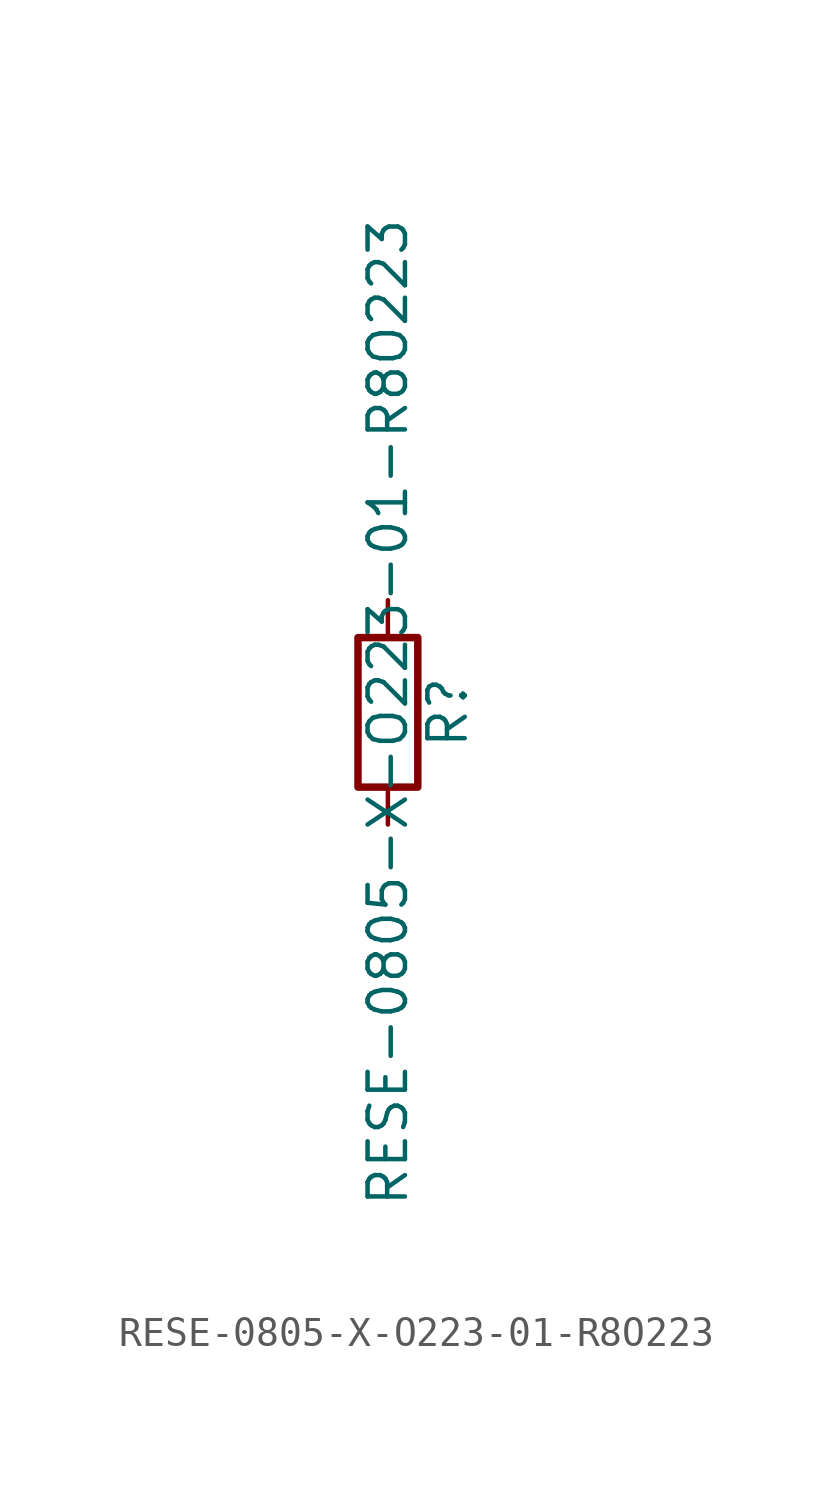
<source format=kicad_sym>
(kicad_symbol_lib
  (version 20211014)
  (generator kicad_symbol_editor)
  (symbol "RESE-0805-X-O223-01-R8O223"
    (pin_numbers hide)
    (pin_names
      (offset 0))
    (property "Reference" "R"
      (at 2.032 0 90)
      (effects (font (size 1.27 1.27))))
    (property "Value" "RESE-0805-X-O223-01-R8O223"
      (at 0 0 90)
      (effects (font (size 1.27 1.27))))
    (symbol "RESE-0805-X-O223-01-R8O223_0_1"
      (rectangle (start -1.016 -2.54) (end 1.016 2.54) (stroke (width 0.254) (type default) (color 0 0 0 0)) (fill (type none))))
    (symbol "RESE-0805-X-O223-01-R8O223_1_1"
      (pin passive line (at 0 3.81 270) (length 1.27) (name "~" (effects (font (size 1.27 1.27)))) (number "1" (effects (font (size 1.27 1.27)))))
      (pin passive line (at 0 -3.81 90) (length 1.27) (name "~" (effects (font (size 1.27 1.27)))) (number "2" (effects (font (size 1.27 1.27))))))))
</source>
